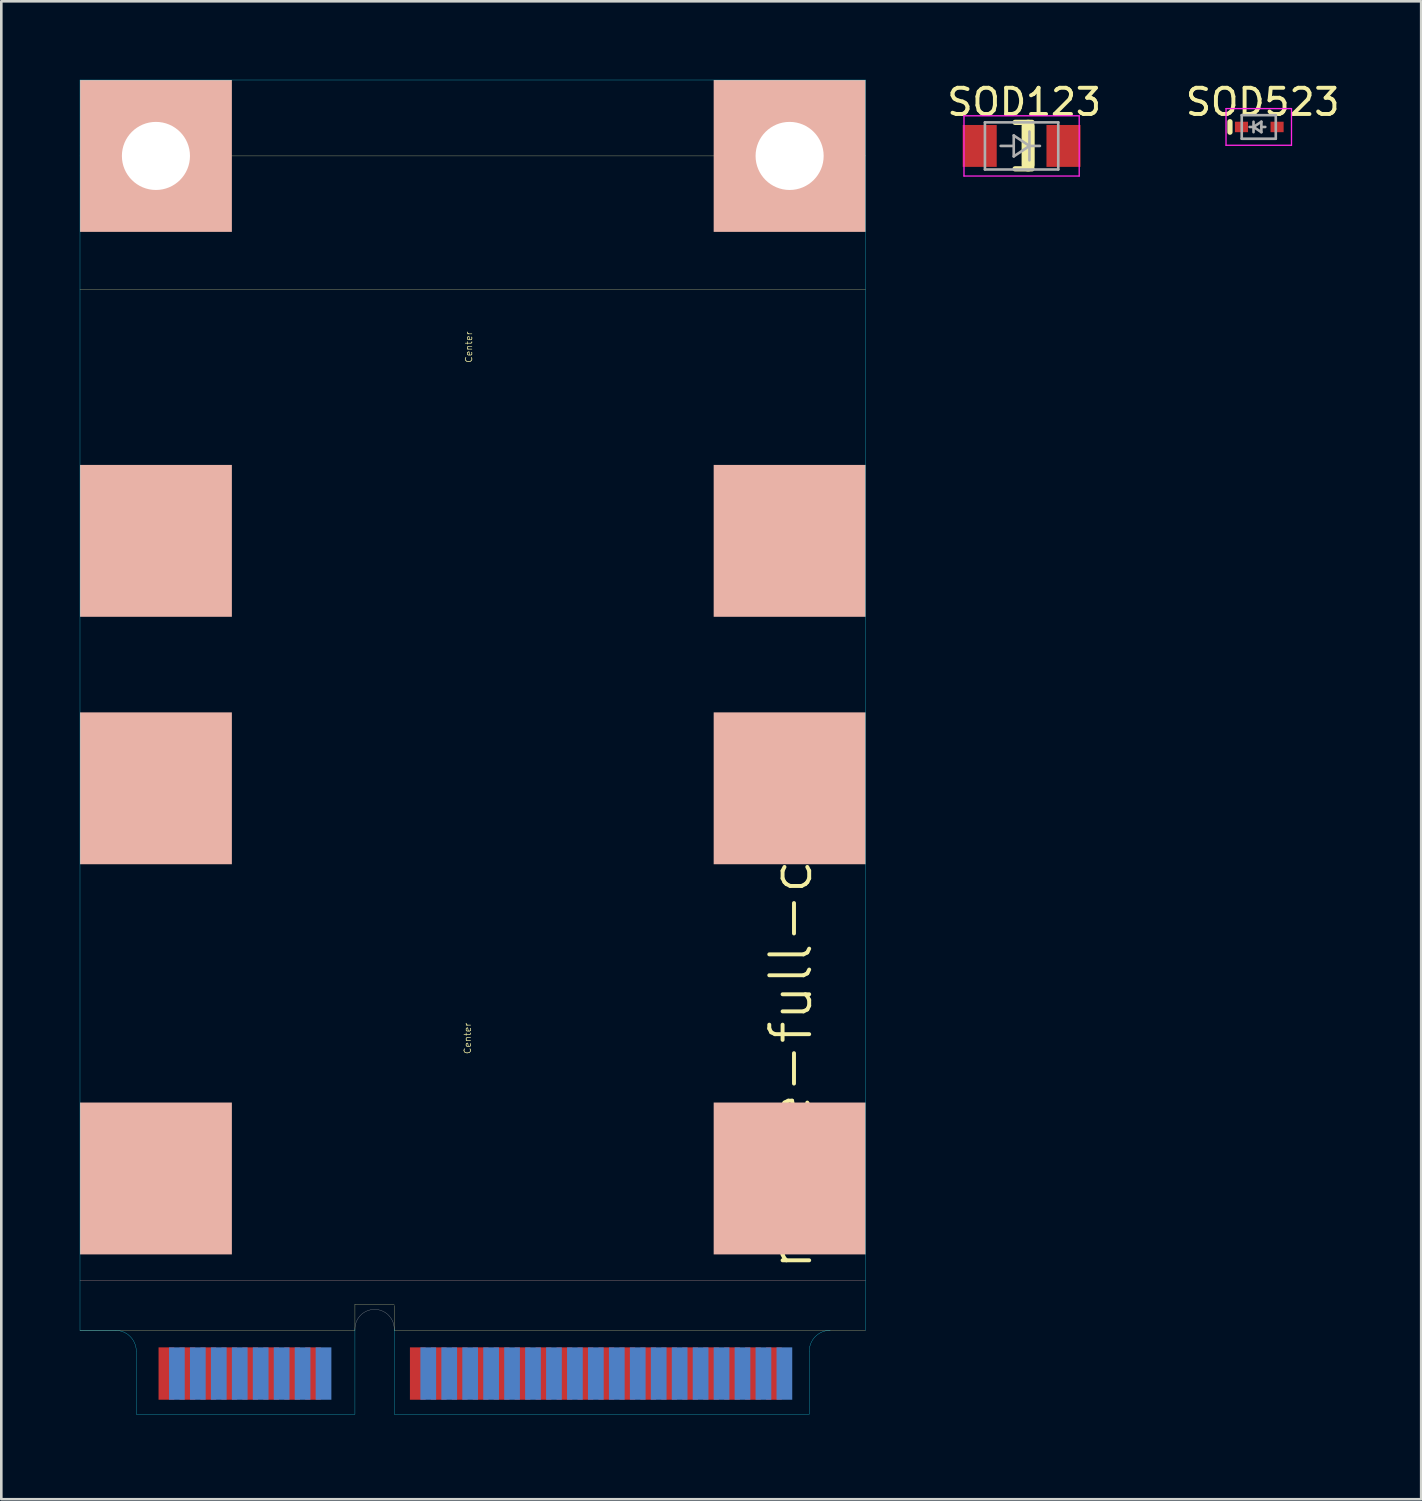
<source format=kicad_pcb>
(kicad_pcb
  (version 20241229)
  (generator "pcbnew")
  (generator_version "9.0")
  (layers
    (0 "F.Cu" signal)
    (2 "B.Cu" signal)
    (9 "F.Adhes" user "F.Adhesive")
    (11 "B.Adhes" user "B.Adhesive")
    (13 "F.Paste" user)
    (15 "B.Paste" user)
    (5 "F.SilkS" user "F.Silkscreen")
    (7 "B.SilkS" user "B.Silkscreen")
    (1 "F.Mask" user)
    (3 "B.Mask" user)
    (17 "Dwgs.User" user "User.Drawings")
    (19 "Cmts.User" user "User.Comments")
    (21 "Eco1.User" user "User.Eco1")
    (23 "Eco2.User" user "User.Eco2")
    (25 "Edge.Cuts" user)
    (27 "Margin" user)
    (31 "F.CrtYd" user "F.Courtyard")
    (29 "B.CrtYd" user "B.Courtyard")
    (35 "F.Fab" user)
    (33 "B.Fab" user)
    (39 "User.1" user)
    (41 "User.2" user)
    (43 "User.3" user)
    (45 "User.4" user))
  (footprint "SOD123"
    (layer "F.Cu")
    (at 35.964 2.523)
    (property "Reference" "SOD123" (at 0.1 -1.675 0) (layer "F.SilkS") (effects (font (size 1 1) (thickness 0.15))))
    (attr smd)
    (fp_line (start -0.25 -0.9) (end 0.4 -0.9) (stroke (width 0.2) (type solid)) (layer "F.SilkS"))
    (fp_line (start -0.25 0.875) (end 0.4 0.875) (stroke (width 0.2) (type solid)) (layer "F.SilkS"))
    (fp_line (start 0.25 -0.75) (end 0.25 0.725) (stroke (width 0.5) (type solid)) (layer "F.SilkS"))
    (fp_line (start -2.2 -1.15) (end -2.2 1.15) (stroke (width 0.05) (type solid)) (layer "F.CrtYd"))
    (fp_line (start -2.2 -1.15) (end 2.2 -1.15) (stroke (width 0.05) (type solid)) (layer "F.CrtYd"))
    (fp_line (start 2.2 -1.15) (end 2.2 1.15) (stroke (width 0.05) (type solid)) (layer "F.CrtYd"))
    (fp_line (start 2.2 1.15) (end -2.2 1.15) (stroke (width 0.05) (type solid)) (layer "F.CrtYd"))
    (fp_line (start -1.4 -0.9) (end 1.4 -0.9) (stroke (width 0.1) (type solid)) (layer "F.Fab"))
    (fp_line (start -1.4 0.9) (end -1.4 -0.9) (stroke (width 0.1) (type solid)) (layer "F.Fab"))
    (fp_line (start -0.3 -0.4) (end 0.3 0) (stroke (width 0.1) (type solid)) (layer "F.Fab"))
    (fp_line (start -0.3 0) (end -0.8 0) (stroke (width 0.1) (type solid)) (layer "F.Fab"))
    (fp_line (start -0.3 0.4) (end -0.3 -0.4) (stroke (width 0.1) (type solid)) (layer "F.Fab"))
    (fp_line (start 0.3 0) (end -0.3 0.4) (stroke (width 0.1) (type solid)) (layer "F.Fab"))
    (fp_line (start 0.3 0) (end 0.3 -0.55) (stroke (width 0.1) (type solid)) (layer "F.Fab"))
    (fp_line (start 0.3 0) (end 0.3 0.55) (stroke (width 0.1) (type solid)) (layer "F.Fab"))
    (fp_line (start 0.7 0) (end 0.3 0) (stroke (width 0.1) (type solid)) (layer "F.Fab"))
    (fp_line (start 1.4 -0.9) (end 1.4 0.9) (stroke (width 0.1) (type solid)) (layer "F.Fab"))
    (fp_line (start 1.4 0.9) (end -1.4 0.9) (stroke (width 0.1) (type solid)) (layer "F.Fab"))
    (pad "1" smd rect (at -1.6 0) (size 1.3 1.6) (layers "F.Cu" "F.Mask" "F.Paste"))
    (pad "2" smd rect (at 1.6 0) (size 1.3 1.6) (layers "F.Cu" "F.Mask" "F.Paste")))
  (footprint "SOD523"
    (layer "F.Cu")
    (at 45.021 1.798)
    (property "Reference" "SOD523" (at 0.15 -0.95 0) (layer "F.SilkS") (effects (font (size 1 1) (thickness 0.15))))
    (attr smd)
    (fp_line (start -1.1 -0.2) (end -1.1 0.2) (stroke (width 0.2) (type solid)) (layer "F.SilkS"))
    (fp_line (start -1.25 -0.7) (end 1.25 -0.7) (stroke (width 0.05) (type solid)) (layer "F.CrtYd"))
    (fp_line (start -1.25 0.7) (end -1.25 -0.7) (stroke (width 0.05) (type solid)) (layer "F.CrtYd"))
    (fp_line (start 1.25 -0.7) (end 1.25 0.7) (stroke (width 0.05) (type solid)) (layer "F.CrtYd"))
    (fp_line (start 1.25 0.7) (end -1.25 0.7) (stroke (width 0.05) (type solid)) (layer "F.CrtYd"))
    (fp_line (start -0.65 -0.45) (end 0.65 -0.45) (stroke (width 0.1) (type solid)) (layer "F.Fab"))
    (fp_line (start -0.65 0.45) (end -0.65 -0.45) (stroke (width 0.1) (type solid)) (layer "F.Fab"))
    (fp_line (start -0.2 0) (end -0.35 0) (stroke (width 0.1) (type solid)) (layer "F.Fab"))
    (fp_line (start -0.2 0) (end 0.1 0.2) (stroke (width 0.1) (type solid)) (layer "F.Fab"))
    (fp_line (start -0.2 0.2) (end -0.2 -0.2) (stroke (width 0.1) (type solid)) (layer "F.Fab"))
    (fp_line (start 0.1 -0.2) (end -0.2 0) (stroke (width 0.1) (type solid)) (layer "F.Fab"))
    (fp_line (start 0.1 0) (end 0.25 0) (stroke (width 0.1) (type solid)) (layer "F.Fab"))
    (fp_line (start 0.1 0.2) (end 0.1 -0.2) (stroke (width 0.1) (type solid)) (layer "F.Fab"))
    (fp_line (start 0.65 -0.45) (end 0.65 0.45) (stroke (width 0.1) (type solid)) (layer "F.Fab"))
    (fp_line (start 0.65 0.45) (end -0.65 0.45) (stroke (width 0.1) (type solid)) (layer "F.Fab"))
    (pad "1" smd rect (at -0.66 0 180) (size 0.5 0.4) (layers "F.Cu" "F.Mask" "F.Paste"))
    (pad "2" smd rect (at 0.7 0 180) (size 0.5 0.4) (layers "F.Cu" "F.Mask" "F.Paste")))
  (footprint "mpcie-full-card"
    (layer "F.Cu")
    (at 15.005 50.955)
    (property "Reference" "mpcie-full-card" (at 12.15 -15.2 90) (layer "F.SilkS") (effects (font (size 1.524 1.524) (thickness 0.15))))
    (attr exclude_from_pos_files exclude_from_bom)
    (fp_line (start -15 -3.2) (end -4.5 -3.2) (stroke (width 0.01) (type solid)) (layer "F.SilkS"))
    (fp_line (start -4.5 -4.2) (end -3 -4.2) (stroke (width 0.01) (type solid)) (layer "F.SilkS"))
    (fp_line (start -4.5 -3.2) (end -4.5 -4.2) (stroke (width 0.01) (type solid)) (layer "F.SilkS"))
    (fp_line (start -3 -4.15) (end -3 -3.2) (stroke (width 0.01) (type solid)) (layer "F.SilkS"))
    (fp_line (start -3 -3.2) (end 15 -3.2) (stroke (width 0.01) (type solid)) (layer "F.SilkS"))
    (fp_line (start 15 -48.05) (end -15 -48.05) (stroke (width 0.01) (type solid)) (layer "F.SilkS"))
    (fp_line (start 15 -42.95) (end -15 -42.95) (stroke (width 0.01) (type solid)) (layer "F.SilkS"))
    (fp_line (start -15 -5.1) (end 15 -5.1) (stroke (width 0.01) (type solid)) (layer "B.SilkS"))
    (fp_line (start -3.75 -4.5) (end -3.75 -0.15) (stroke (width 0.01) (type solid)) (layer "Eco1.User"))
    (fp_line (start 0 0) (end 0 -50.95) (stroke (width 0.01) (type solid)) (layer "Eco1.User"))
    (fp_line (start 15 -3.2) (end 13.65 -3.2) (stroke (width 0.01) (type solid)) (layer "Eco2.User"))
    (fp_line (start -15 -50.95) (end -15 -3.2) (stroke (width 0.01) (type solid)) (layer "B.CrtYd"))
    (fp_line (start -13.65 -3.2) (end -15 -3.2) (stroke (width 0.01) (type solid)) (layer "B.CrtYd"))
    (fp_line (start -12.85 0) (end -12.85 -2.4) (stroke (width 0.01) (type solid)) (layer "B.CrtYd"))
    (fp_line (start -4.5 0) (end -12.85 0) (stroke (width 0.01) (type solid)) (layer "B.CrtYd"))
    (fp_line (start -4.5 0) (end -4.5 -3.25) (stroke (width 0.01) (type solid)) (layer "B.CrtYd"))
    (fp_line (start -3 0) (end -3 -3.25) (stroke (width 0.01) (type solid)) (layer "B.CrtYd"))
    (fp_line (start -3 0) (end 12.85 0) (stroke (width 0.01) (type solid)) (layer "B.CrtYd"))
    (fp_line (start 12.85 0) (end 12.85 -2.4) (stroke (width 0.01) (type solid)) (layer "B.CrtYd"))
    (fp_line (start 15 -50.95) (end -15 -50.95) (stroke (width 0.01) (type solid)) (layer "B.CrtYd"))
    (fp_line (start 15 -3.2) (end 15 -50.95) (stroke (width 0.01) (type solid)) (layer "B.CrtYd"))
    (fp_arc (start -13.65 -3.2) (mid -13.084315 -2.965685) (end -12.85 -2.4) (stroke (width 0.01) (type solid)) (layer "B.CrtYd"))
    (fp_arc (start 12.85 -2.4) (mid 13.084315 -2.965685) (end 13.65 -3.2) (stroke (width 0.01) (type solid)) (layer "B.CrtYd"))
    (fp_arc (start -4.5 -3.25) (mid -3.75 -4) (end -3 -3.25) (stroke (width 0.01) (type solid)) (layer "F.Fab"))
    (fp_text user "Center" (at -0.15 -40.75 90) (layer "F.SilkS") (effects (font (size 0.25 0.25) (thickness 0.025))))
    (fp_text user "Center" (at -0.2 -14.35 90) (layer "F.SilkS") (effects (font (size 0.25 0.25) (thickness 0.025))))
    (pad "" np_thru_hole circle (at -12.1 -48.05) (size 2.6 2.6) (drill 2.6) (layers "*.Cu" "*.Mask" "F.SilkS"))
    (pad "" connect rect (at -12.1 -48.05) (size 5.8 5.8) (layers "B.SilkS"))
    (pad "" connect rect (at -12.1 -33.35) (size 5.8 5.8) (layers "B.SilkS"))
    (pad "" connect rect (at -12.1 -23.9) (size 5.8 5.8) (layers "B.SilkS"))
    (pad "" connect rect (at -12.1 -9) (size 5.8 5.8) (layers "B.SilkS"))
    (pad "" np_thru_hole circle (at 12.1 -48.05) (size 2.6 2.6) (drill 2.6) (layers "*.Cu" "*.Mask" "F.SilkS"))
    (pad "" connect rect (at 12.1 -48.05) (size 5.8 5.8) (layers "B.SilkS"))
    (pad "" connect rect (at 12.1 -33.35) (size 5.8 5.8) (layers "B.SilkS"))
    (pad "" connect rect (at 12.1 -23.9) (size 5.8 5.8) (layers "B.SilkS"))
    (pad "" connect rect (at 12.1 -9) (size 5.8 5.8) (layers "B.SilkS"))
    (pad "1" smd rect (at -11.7 -1.55) (size 0.6 2) (layers "F.Cu" "F.Mask"))
    (pad "2" smd rect (at -11.3 -1.55) (size 0.6 2) (layers "B.Cu" "B.Mask"))
    (pad "3" smd rect (at -10.9 -1.55) (size 0.6 2) (layers "F.Cu" "F.Mask"))
    (pad "4" smd rect (at -10.5 -1.55) (size 0.6 2) (layers "B.Cu" "B.Mask"))
    (pad "5" smd rect (at -10.1 -1.55) (size 0.6 2) (layers "F.Cu" "F.Mask"))
    (pad "6" smd rect (at -9.7 -1.55) (size 0.6 2) (layers "B.Cu" "B.Mask"))
    (pad "7" smd rect (at -9.3 -1.55) (size 0.6 2) (layers "F.Cu" "F.Mask"))
    (pad "8" smd rect (at -8.9 -1.55) (size 0.6 2) (layers "B.Cu" "B.Mask"))
    (pad "9" smd rect (at -8.5 -1.55) (size 0.6 2) (layers "F.Cu" "F.Mask"))
    (pad "10" smd rect (at -8.1 -1.55) (size 0.6 2) (layers "B.Cu" "B.Mask"))
    (pad "11" smd rect (at -7.7 -1.55) (size 0.6 2) (layers "F.Cu" "F.Mask"))
    (pad "12" smd rect (at -7.3 -1.55) (size 0.6 2) (layers "B.Cu" "B.Mask"))
    (pad "13" smd rect (at -6.9 -1.55) (size 0.6 2) (layers "F.Cu" "F.Mask"))
    (pad "14" smd rect (at -6.5 -1.55) (size 0.6 2) (layers "B.Cu" "B.Mask"))
    (pad "15" smd rect (at -6.1 -1.55) (size 0.6 2) (layers "F.Cu" "F.Mask"))
    (pad "16" smd rect (at -5.7 -1.55) (size 0.6 2) (layers "B.Cu" "B.Mask"))
    (pad "17" smd rect (at -2.1 -1.55) (size 0.6 2) (layers "F.Cu" "F.Mask"))
    (pad "18" smd rect (at -1.7 -1.55) (size 0.6 2) (layers "B.Cu" "B.Mask"))
    (pad "19" smd rect (at -1.3 -1.55) (size 0.6 2) (layers "F.Cu" "F.Mask"))
    (pad "20" smd rect (at -0.9 -1.55) (size 0.6 2) (layers "B.Cu" "B.Mask"))
    (pad "21" smd rect (at -0.5 -1.55) (size 0.6 2) (layers "F.Cu" "F.Mask"))
    (pad "22" smd rect (at -0.1 -1.55) (size 0.6 2) (layers "B.Cu" "B.Mask"))
    (pad "23" smd rect (at 0.3 -1.55) (size 0.6 2) (layers "F.Cu" "F.Mask"))
    (pad "24" smd rect (at 0.7 -1.55) (size 0.6 2) (layers "B.Cu" "B.Mask"))
    (pad "25" smd rect (at 1.1 -1.55) (size 0.6 2) (layers "F.Cu" "F.Mask"))
    (pad "26" smd rect (at 1.5 -1.55) (size 0.6 2) (layers "B.Cu" "B.Mask"))
    (pad "27" smd rect (at 1.9 -1.55) (size 0.6 2) (layers "F.Cu" "F.Mask"))
    (pad "28" smd rect (at 2.3 -1.55) (size 0.6 2) (layers "B.Cu" "B.Mask"))
    (pad "29" smd rect (at 2.7 -1.55) (size 0.6 2) (layers "F.Cu" "F.Mask"))
    (pad "30" smd rect (at 3.1 -1.55) (size 0.6 2) (layers "B.Cu" "B.Mask"))
    (pad "31" smd rect (at 3.5 -1.55) (size 0.6 2) (layers "F.Cu" "F.Mask"))
    (pad "32" smd rect (at 3.9 -1.55) (size 0.6 2) (layers "B.Cu" "B.Mask"))
    (pad "33" smd rect (at 4.3 -1.55) (size 0.6 2) (layers "F.Cu" "F.Mask"))
    (pad "34" smd rect (at 4.7 -1.55) (size 0.6 2) (layers "B.Cu" "B.Mask"))
    (pad "35" smd rect (at 5.1 -1.55) (size 0.6 2) (layers "F.Cu" "F.Mask"))
    (pad "36" smd rect (at 5.5 -1.55) (size 0.6 2) (layers "B.Cu" "B.Mask"))
    (pad "37" smd rect (at 5.9 -1.55) (size 0.6 2) (layers "F.Cu" "F.Mask"))
    (pad "38" smd rect (at 6.3 -1.55) (size 0.6 2) (layers "B.Cu" "B.Mask"))
    (pad "39" smd rect (at 6.7 -1.55) (size 0.6 2) (layers "F.Cu" "F.Mask"))
    (pad "40" smd rect (at 7.1 -1.55) (size 0.6 2) (layers "B.Cu" "B.Mask"))
    (pad "41" smd rect (at 7.5 -1.55) (size 0.6 2) (layers "F.Cu" "F.Mask"))
    (pad "42" smd rect (at 7.9 -1.55) (size 0.6 2) (layers "B.Cu" "B.Mask"))
    (pad "43" smd rect (at 8.3 -1.55) (size 0.6 2) (layers "F.Cu" "F.Mask"))
    (pad "44" smd rect (at 8.7 -1.55) (size 0.6 2) (layers "B.Cu" "B.Mask"))
    (pad "45" smd rect (at 9.1 -1.55) (size 0.6 2) (layers "F.Cu" "F.Mask"))
    (pad "46" smd rect (at 9.5 -1.55) (size 0.6 2) (layers "B.Cu" "B.Mask"))
    (pad "47" smd rect (at 9.9 -1.55) (size 0.6 2) (layers "F.Cu" "F.Mask"))
    (pad "48" smd rect (at 10.3 -1.55) (size 0.6 2) (layers "B.Cu" "B.Mask"))
    (pad "49" smd rect (at 10.7 -1.55) (size 0.6 2) (layers "F.Cu" "F.Mask"))
    (pad "50" smd rect (at 11.1 -1.55) (size 0.6 2) (layers "B.Cu" "B.Mask"))
    (pad "51" smd rect (at 11.5 -1.55) (size 0.6 2) (layers "F.Cu" "F.Mask"))
    (pad "52" smd rect (at 11.9 -1.55) (size 0.6 2) (layers "B.Cu" "B.Mask")))
  (gr_rect
    (start -3 -3)
    (end 51.224 54.205)
    (stroke (width 0.1) (type default))
    (fill no)
    (layer "Edge.Cuts")))
</source>
